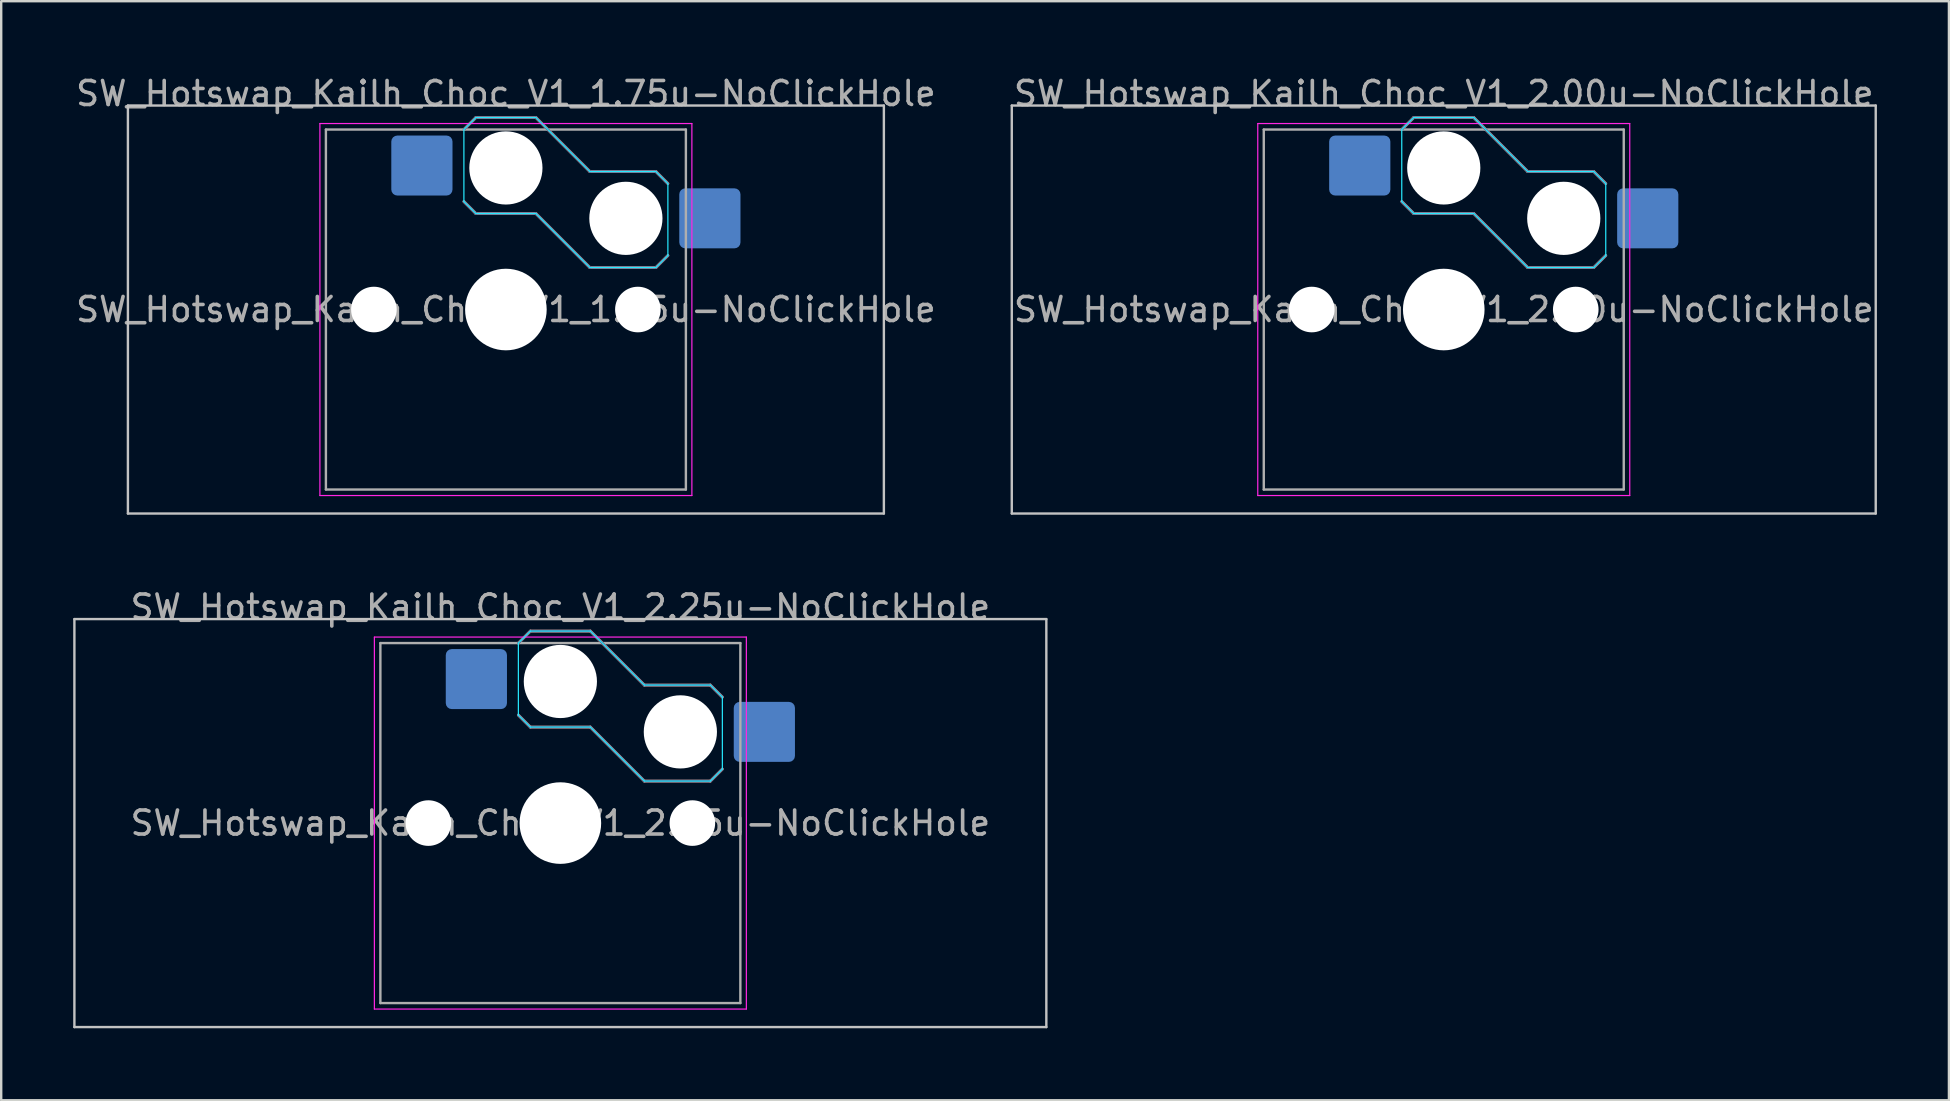
<source format=kicad_pcb>
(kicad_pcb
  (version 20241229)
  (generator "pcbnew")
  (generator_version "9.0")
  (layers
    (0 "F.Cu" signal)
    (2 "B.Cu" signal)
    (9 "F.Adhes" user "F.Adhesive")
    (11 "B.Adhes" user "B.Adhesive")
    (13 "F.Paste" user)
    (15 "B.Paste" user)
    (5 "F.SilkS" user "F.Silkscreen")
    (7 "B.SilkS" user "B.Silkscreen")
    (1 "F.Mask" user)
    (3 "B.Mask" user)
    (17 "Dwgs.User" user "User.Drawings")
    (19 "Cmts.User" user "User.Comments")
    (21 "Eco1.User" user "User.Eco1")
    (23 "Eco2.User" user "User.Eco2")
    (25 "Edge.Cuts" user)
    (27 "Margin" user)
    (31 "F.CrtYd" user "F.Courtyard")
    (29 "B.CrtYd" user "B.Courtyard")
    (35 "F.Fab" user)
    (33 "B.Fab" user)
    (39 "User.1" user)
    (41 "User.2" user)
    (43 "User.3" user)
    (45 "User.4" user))
  (footprint "SW_Hotswap_Kailh_Choc_V1_2.25u-NoClickHole"
    (layer "F.Cu")
    (at 20.3 31.247)
    (property "Reference" "SW_Hotswap_Kailh_Choc_V1_2.25u-NoClickHole" (at 0 -9 0) (layer "F.Fab") (effects (font (size 1 1) (thickness 0.15))))
    (attr smd)
    (fp_line (start -1.75 -7.5) (end -1.25 -8) (stroke (width 0.12) (type solid)) (layer "B.SilkS"))
    (fp_line (start -1.25 -8) (end 1.25 -8) (stroke (width 0.12) (type solid)) (layer "B.SilkS"))
    (fp_line (start -1.25 -4) (end -1.75 -4.5) (stroke (width 0.12) (type solid)) (layer "B.SilkS"))
    (fp_line (start 1.25 -8) (end 3.5 -5.75) (stroke (width 0.12) (type solid)) (layer "B.SilkS"))
    (fp_line (start 1.25 -4) (end -1.25 -4) (stroke (width 0.12) (type solid)) (layer "B.SilkS"))
    (fp_line (start 3.5 -5.75) (end 6.25 -5.75) (stroke (width 0.12) (type solid)) (layer "B.SilkS"))
    (fp_line (start 3.5 -1.75) (end 1.25 -4) (stroke (width 0.12) (type solid)) (layer "B.SilkS"))
    (fp_line (start 6.25 -5.75) (end 6.75 -5.25) (stroke (width 0.12) (type solid)) (layer "B.SilkS"))
    (fp_line (start 6.25 -1.75) (end 3.5 -1.75) (stroke (width 0.12) (type solid)) (layer "B.SilkS"))
    (fp_line (start 6.75 -2.25) (end 6.25 -1.75) (stroke (width 0.12) (type solid)) (layer "B.SilkS"))
    (fp_line (start -20.25 -8.5) (end -20.25 8.5) (stroke (width 0.1) (type solid)) (layer "Dwgs.User"))
    (fp_line (start -20.25 8.5) (end 20.25 8.5) (stroke (width 0.1) (type solid)) (layer "Dwgs.User"))
    (fp_line (start 20.25 -8.5) (end -20.25 -8.5) (stroke (width 0.1) (type solid)) (layer "Dwgs.User"))
    (fp_line (start 20.25 8.5) (end 20.25 -8.5) (stroke (width 0.1) (type solid)) (layer "Dwgs.User"))
    (fp_line (start -7.25 -7.25) (end -7.25 7.25) (stroke (width 0.1) (type solid)) (layer "Eco1.User"))
    (fp_line (start -7.25 7.25) (end 7.25 7.25) (stroke (width 0.1) (type solid)) (layer "Eco1.User"))
    (fp_line (start 7.25 -7.25) (end -7.25 -7.25) (stroke (width 0.1) (type solid)) (layer "Eco1.User"))
    (fp_line (start 7.25 7.25) (end 7.25 -7.25) (stroke (width 0.1) (type solid)) (layer "Eco1.User"))
    (fp_line (start -1.75 -7.5) (end -1.25 -8) (stroke (width 0.05) (type solid)) (layer "B.CrtYd"))
    (fp_line (start -1.75 -4.5) (end -1.75 -7.5) (stroke (width 0.05) (type solid)) (layer "B.CrtYd"))
    (fp_line (start -1.25 -8) (end 1.25 -8) (stroke (width 0.05) (type solid)) (layer "B.CrtYd"))
    (fp_line (start -1.25 -4) (end -1.75 -4.5) (stroke (width 0.05) (type solid)) (layer "B.CrtYd"))
    (fp_line (start 1.25 -8) (end 3.5 -5.75) (stroke (width 0.05) (type solid)) (layer "B.CrtYd"))
    (fp_line (start 1.25 -4) (end -1.25 -4) (stroke (width 0.05) (type solid)) (layer "B.CrtYd"))
    (fp_line (start 3.5 -5.75) (end 6.25 -5.75) (stroke (width 0.05) (type solid)) (layer "B.CrtYd"))
    (fp_line (start 3.5 -1.75) (end 1.25 -4) (stroke (width 0.05) (type solid)) (layer "B.CrtYd"))
    (fp_line (start 6.25 -5.75) (end 6.75 -5.25) (stroke (width 0.05) (type solid)) (layer "B.CrtYd"))
    (fp_line (start 6.25 -1.75) (end 3.5 -1.75) (stroke (width 0.05) (type solid)) (layer "B.CrtYd"))
    (fp_line (start 6.75 -5.25) (end 6.75 -2.25) (stroke (width 0.05) (type solid)) (layer "B.CrtYd"))
    (fp_line (start 6.75 -2.25) (end 6.25 -1.75) (stroke (width 0.05) (type solid)) (layer "B.CrtYd"))
    (fp_line (start -7.75 -7.75) (end -7.75 7.75) (stroke (width 0.05) (type solid)) (layer "F.CrtYd"))
    (fp_line (start -7.75 7.75) (end 7.75 7.75) (stroke (width 0.05) (type solid)) (layer "F.CrtYd"))
    (fp_line (start 7.75 -7.75) (end -7.75 -7.75) (stroke (width 0.05) (type solid)) (layer "F.CrtYd"))
    (fp_line (start 7.75 7.75) (end 7.75 -7.75) (stroke (width 0.05) (type solid)) (layer "F.CrtYd"))
    (fp_line (start -1.75 -7.5) (end -1.25 -8) (stroke (width 0.1) (type solid)) (layer "B.Fab"))
    (fp_line (start -1.25 -8) (end 1.25 -8) (stroke (width 0.1) (type solid)) (layer "B.Fab"))
    (fp_line (start -1.25 -4) (end -1.75 -4.5) (stroke (width 0.1) (type solid)) (layer "B.Fab"))
    (fp_line (start 1.25 -8) (end 3.5 -5.75) (stroke (width 0.1) (type solid)) (layer "B.Fab"))
    (fp_line (start 1.25 -4) (end -1.25 -4) (stroke (width 0.1) (type solid)) (layer "B.Fab"))
    (fp_line (start 3.5 -5.75) (end 6.25 -5.75) (stroke (width 0.1) (type solid)) (layer "B.Fab"))
    (fp_line (start 3.5 -1.75) (end 1.25 -4) (stroke (width 0.1) (type solid)) (layer "B.Fab"))
    (fp_line (start 6.25 -5.75) (end 6.75 -5.25) (stroke (width 0.1) (type solid)) (layer "B.Fab"))
    (fp_line (start 6.25 -1.75) (end 3.5 -1.75) (stroke (width 0.1) (type solid)) (layer "B.Fab"))
    (fp_line (start 6.75 -2.25) (end 6.25 -1.75) (stroke (width 0.1) (type solid)) (layer "B.Fab"))
    (fp_line (start -7.5 -7.5) (end -7.5 7.5) (stroke (width 0.1) (type solid)) (layer "F.Fab"))
    (fp_line (start -7.5 7.5) (end 7.5 7.5) (stroke (width 0.1) (type solid)) (layer "F.Fab"))
    (fp_line (start 7.5 -7.5) (end -7.5 -7.5) (stroke (width 0.1) (type solid)) (layer "F.Fab"))
    (fp_line (start 7.5 7.5) (end 7.5 -7.5) (stroke (width 0.1) (type solid)) (layer "F.Fab"))
    (fp_text user "${REFERENCE}" (at 0 0 0) (layer "F.Fab") (effects (font (size 1 1) (thickness 0.15))))
    (pad "" np_thru_hole circle (at -5.5 0) (size 1.9 1.9) (drill 1.9) (layers "*.Cu" "*.Mask"))
    (pad "" np_thru_hole circle (at 0 -5.9) (size 3.05 3.05) (drill 3.05) (layers "*.Cu" "*.Mask"))
    (pad "" np_thru_hole circle (at 0 0) (size 3.4 3.4) (drill 3.4) (layers "*.Cu" "*.Mask"))
    (pad "" np_thru_hole circle (at 5 -3.8) (size 3.05 3.05) (drill 3.05) (layers "*.Cu" "*.Mask"))
    (pad "" np_thru_hole circle (at 5.5 0) (size 1.9 1.9) (drill 1.9) (layers "*.Cu" "*.Mask"))
    (pad "1" smd roundrect (at -3.5 -6) (size 2.55 2.5) (layers "B.Cu" "B.Mask" "B.Paste") (roundrect_rratio 0.1))
    (pad "2" smd roundrect (at 8.5 -3.8) (size 2.55 2.5) (layers "B.Cu" "B.Mask" "B.Paste") (roundrect_rratio 0.1)))
  (footprint "SW_Hotswap_Kailh_Choc_V1_1.75u-NoClickHole"
    (layer "F.Cu")
    (at 18.03 9.848)
    (property "Reference" "SW_Hotswap_Kailh_Choc_V1_1.75u-NoClickHole" (at 0 -9 0) (layer "F.Fab") (effects (font (size 1 1) (thickness 0.15))))
    (attr smd)
    (fp_line (start -1.75 -7.5) (end -1.25 -8) (stroke (width 0.12) (type solid)) (layer "B.SilkS"))
    (fp_line (start -1.25 -8) (end 1.25 -8) (stroke (width 0.12) (type solid)) (layer "B.SilkS"))
    (fp_line (start -1.25 -4) (end -1.75 -4.5) (stroke (width 0.12) (type solid)) (layer "B.SilkS"))
    (fp_line (start 1.25 -8) (end 3.5 -5.75) (stroke (width 0.12) (type solid)) (layer "B.SilkS"))
    (fp_line (start 1.25 -4) (end -1.25 -4) (stroke (width 0.12) (type solid)) (layer "B.SilkS"))
    (fp_line (start 3.5 -5.75) (end 6.25 -5.75) (stroke (width 0.12) (type solid)) (layer "B.SilkS"))
    (fp_line (start 3.5 -1.75) (end 1.25 -4) (stroke (width 0.12) (type solid)) (layer "B.SilkS"))
    (fp_line (start 6.25 -5.75) (end 6.75 -5.25) (stroke (width 0.12) (type solid)) (layer "B.SilkS"))
    (fp_line (start 6.25 -1.75) (end 3.5 -1.75) (stroke (width 0.12) (type solid)) (layer "B.SilkS"))
    (fp_line (start 6.75 -2.25) (end 6.25 -1.75) (stroke (width 0.12) (type solid)) (layer "B.SilkS"))
    (fp_line (start -15.75 -8.5) (end -15.75 8.5) (stroke (width 0.1) (type solid)) (layer "Dwgs.User"))
    (fp_line (start -15.75 8.5) (end 15.75 8.5) (stroke (width 0.1) (type solid)) (layer "Dwgs.User"))
    (fp_line (start 15.75 -8.5) (end -15.75 -8.5) (stroke (width 0.1) (type solid)) (layer "Dwgs.User"))
    (fp_line (start 15.75 8.5) (end 15.75 -8.5) (stroke (width 0.1) (type solid)) (layer "Dwgs.User"))
    (fp_line (start -7.25 -7.25) (end -7.25 7.25) (stroke (width 0.1) (type solid)) (layer "Eco1.User"))
    (fp_line (start -7.25 7.25) (end 7.25 7.25) (stroke (width 0.1) (type solid)) (layer "Eco1.User"))
    (fp_line (start 7.25 -7.25) (end -7.25 -7.25) (stroke (width 0.1) (type solid)) (layer "Eco1.User"))
    (fp_line (start 7.25 7.25) (end 7.25 -7.25) (stroke (width 0.1) (type solid)) (layer "Eco1.User"))
    (fp_line (start -1.75 -7.5) (end -1.25 -8) (stroke (width 0.05) (type solid)) (layer "B.CrtYd"))
    (fp_line (start -1.75 -4.5) (end -1.75 -7.5) (stroke (width 0.05) (type solid)) (layer "B.CrtYd"))
    (fp_line (start -1.25 -8) (end 1.25 -8) (stroke (width 0.05) (type solid)) (layer "B.CrtYd"))
    (fp_line (start -1.25 -4) (end -1.75 -4.5) (stroke (width 0.05) (type solid)) (layer "B.CrtYd"))
    (fp_line (start 1.25 -8) (end 3.5 -5.75) (stroke (width 0.05) (type solid)) (layer "B.CrtYd"))
    (fp_line (start 1.25 -4) (end -1.25 -4) (stroke (width 0.05) (type solid)) (layer "B.CrtYd"))
    (fp_line (start 3.5 -5.75) (end 6.25 -5.75) (stroke (width 0.05) (type solid)) (layer "B.CrtYd"))
    (fp_line (start 3.5 -1.75) (end 1.25 -4) (stroke (width 0.05) (type solid)) (layer "B.CrtYd"))
    (fp_line (start 6.25 -5.75) (end 6.75 -5.25) (stroke (width 0.05) (type solid)) (layer "B.CrtYd"))
    (fp_line (start 6.25 -1.75) (end 3.5 -1.75) (stroke (width 0.05) (type solid)) (layer "B.CrtYd"))
    (fp_line (start 6.75 -5.25) (end 6.75 -2.25) (stroke (width 0.05) (type solid)) (layer "B.CrtYd"))
    (fp_line (start 6.75 -2.25) (end 6.25 -1.75) (stroke (width 0.05) (type solid)) (layer "B.CrtYd"))
    (fp_line (start -7.75 -7.75) (end -7.75 7.75) (stroke (width 0.05) (type solid)) (layer "F.CrtYd"))
    (fp_line (start -7.75 7.75) (end 7.75 7.75) (stroke (width 0.05) (type solid)) (layer "F.CrtYd"))
    (fp_line (start 7.75 -7.75) (end -7.75 -7.75) (stroke (width 0.05) (type solid)) (layer "F.CrtYd"))
    (fp_line (start 7.75 7.75) (end 7.75 -7.75) (stroke (width 0.05) (type solid)) (layer "F.CrtYd"))
    (fp_line (start -1.75 -7.5) (end -1.25 -8) (stroke (width 0.1) (type solid)) (layer "B.Fab"))
    (fp_line (start -1.25 -8) (end 1.25 -8) (stroke (width 0.1) (type solid)) (layer "B.Fab"))
    (fp_line (start -1.25 -4) (end -1.75 -4.5) (stroke (width 0.1) (type solid)) (layer "B.Fab"))
    (fp_line (start 1.25 -8) (end 3.5 -5.75) (stroke (width 0.1) (type solid)) (layer "B.Fab"))
    (fp_line (start 1.25 -4) (end -1.25 -4) (stroke (width 0.1) (type solid)) (layer "B.Fab"))
    (fp_line (start 3.5 -5.75) (end 6.25 -5.75) (stroke (width 0.1) (type solid)) (layer "B.Fab"))
    (fp_line (start 3.5 -1.75) (end 1.25 -4) (stroke (width 0.1) (type solid)) (layer "B.Fab"))
    (fp_line (start 6.25 -5.75) (end 6.75 -5.25) (stroke (width 0.1) (type solid)) (layer "B.Fab"))
    (fp_line (start 6.25 -1.75) (end 3.5 -1.75) (stroke (width 0.1) (type solid)) (layer "B.Fab"))
    (fp_line (start 6.75 -2.25) (end 6.25 -1.75) (stroke (width 0.1) (type solid)) (layer "B.Fab"))
    (fp_line (start -7.5 -7.5) (end -7.5 7.5) (stroke (width 0.1) (type solid)) (layer "F.Fab"))
    (fp_line (start -7.5 7.5) (end 7.5 7.5) (stroke (width 0.1) (type solid)) (layer "F.Fab"))
    (fp_line (start 7.5 -7.5) (end -7.5 -7.5) (stroke (width 0.1) (type solid)) (layer "F.Fab"))
    (fp_line (start 7.5 7.5) (end 7.5 -7.5) (stroke (width 0.1) (type solid)) (layer "F.Fab"))
    (fp_text user "${REFERENCE}" (at 0 0 0) (layer "F.Fab") (effects (font (size 1 1) (thickness 0.15))))
    (pad "" np_thru_hole circle (at -5.5 0) (size 1.9 1.9) (drill 1.9) (layers "*.Cu" "*.Mask"))
    (pad "" np_thru_hole circle (at 0 -5.9) (size 3.05 3.05) (drill 3.05) (layers "*.Cu" "*.Mask"))
    (pad "" np_thru_hole circle (at 0 0) (size 3.4 3.4) (drill 3.4) (layers "*.Cu" "*.Mask"))
    (pad "" np_thru_hole circle (at 5 -3.8) (size 3.05 3.05) (drill 3.05) (layers "*.Cu" "*.Mask"))
    (pad "" np_thru_hole circle (at 5.5 0) (size 1.9 1.9) (drill 1.9) (layers "*.Cu" "*.Mask"))
    (pad "1" smd roundrect (at -3.5 -6) (size 2.55 2.5) (layers "B.Cu" "B.Mask" "B.Paste") (roundrect_rratio 0.1))
    (pad "2" smd roundrect (at 8.5 -3.8) (size 2.55 2.5) (layers "B.Cu" "B.Mask" "B.Paste") (roundrect_rratio 0.1)))
  (footprint "SW_Hotswap_Kailh_Choc_V1_2.00u-NoClickHole"
    (layer "F.Cu")
    (at 57.11 9.848)
    (property "Reference" "SW_Hotswap_Kailh_Choc_V1_2.00u-NoClickHole" (at 0 -9 0) (layer "F.Fab") (effects (font (size 1 1) (thickness 0.15))))
    (attr smd)
    (fp_line (start -1.75 -7.5) (end -1.25 -8) (stroke (width 0.12) (type solid)) (layer "B.SilkS"))
    (fp_line (start -1.25 -8) (end 1.25 -8) (stroke (width 0.12) (type solid)) (layer "B.SilkS"))
    (fp_line (start -1.25 -4) (end -1.75 -4.5) (stroke (width 0.12) (type solid)) (layer "B.SilkS"))
    (fp_line (start 1.25 -8) (end 3.5 -5.75) (stroke (width 0.12) (type solid)) (layer "B.SilkS"))
    (fp_line (start 1.25 -4) (end -1.25 -4) (stroke (width 0.12) (type solid)) (layer "B.SilkS"))
    (fp_line (start 3.5 -5.75) (end 6.25 -5.75) (stroke (width 0.12) (type solid)) (layer "B.SilkS"))
    (fp_line (start 3.5 -1.75) (end 1.25 -4) (stroke (width 0.12) (type solid)) (layer "B.SilkS"))
    (fp_line (start 6.25 -5.75) (end 6.75 -5.25) (stroke (width 0.12) (type solid)) (layer "B.SilkS"))
    (fp_line (start 6.25 -1.75) (end 3.5 -1.75) (stroke (width 0.12) (type solid)) (layer "B.SilkS"))
    (fp_line (start 6.75 -2.25) (end 6.25 -1.75) (stroke (width 0.12) (type solid)) (layer "B.SilkS"))
    (fp_line (start -18 -8.5) (end -18 8.5) (stroke (width 0.1) (type solid)) (layer "Dwgs.User"))
    (fp_line (start -18 8.5) (end 18 8.5) (stroke (width 0.1) (type solid)) (layer "Dwgs.User"))
    (fp_line (start 18 -8.5) (end -18 -8.5) (stroke (width 0.1) (type solid)) (layer "Dwgs.User"))
    (fp_line (start 18 8.5) (end 18 -8.5) (stroke (width 0.1) (type solid)) (layer "Dwgs.User"))
    (fp_line (start -7.25 -7.25) (end -7.25 7.25) (stroke (width 0.1) (type solid)) (layer "Eco1.User"))
    (fp_line (start -7.25 7.25) (end 7.25 7.25) (stroke (width 0.1) (type solid)) (layer "Eco1.User"))
    (fp_line (start 7.25 -7.25) (end -7.25 -7.25) (stroke (width 0.1) (type solid)) (layer "Eco1.User"))
    (fp_line (start 7.25 7.25) (end 7.25 -7.25) (stroke (width 0.1) (type solid)) (layer "Eco1.User"))
    (fp_line (start -1.75 -7.5) (end -1.25 -8) (stroke (width 0.05) (type solid)) (layer "B.CrtYd"))
    (fp_line (start -1.75 -4.5) (end -1.75 -7.5) (stroke (width 0.05) (type solid)) (layer "B.CrtYd"))
    (fp_line (start -1.25 -8) (end 1.25 -8) (stroke (width 0.05) (type solid)) (layer "B.CrtYd"))
    (fp_line (start -1.25 -4) (end -1.75 -4.5) (stroke (width 0.05) (type solid)) (layer "B.CrtYd"))
    (fp_line (start 1.25 -8) (end 3.5 -5.75) (stroke (width 0.05) (type solid)) (layer "B.CrtYd"))
    (fp_line (start 1.25 -4) (end -1.25 -4) (stroke (width 0.05) (type solid)) (layer "B.CrtYd"))
    (fp_line (start 3.5 -5.75) (end 6.25 -5.75) (stroke (width 0.05) (type solid)) (layer "B.CrtYd"))
    (fp_line (start 3.5 -1.75) (end 1.25 -4) (stroke (width 0.05) (type solid)) (layer "B.CrtYd"))
    (fp_line (start 6.25 -5.75) (end 6.75 -5.25) (stroke (width 0.05) (type solid)) (layer "B.CrtYd"))
    (fp_line (start 6.25 -1.75) (end 3.5 -1.75) (stroke (width 0.05) (type solid)) (layer "B.CrtYd"))
    (fp_line (start 6.75 -5.25) (end 6.75 -2.25) (stroke (width 0.05) (type solid)) (layer "B.CrtYd"))
    (fp_line (start 6.75 -2.25) (end 6.25 -1.75) (stroke (width 0.05) (type solid)) (layer "B.CrtYd"))
    (fp_line (start -7.75 -7.75) (end -7.75 7.75) (stroke (width 0.05) (type solid)) (layer "F.CrtYd"))
    (fp_line (start -7.75 7.75) (end 7.75 7.75) (stroke (width 0.05) (type solid)) (layer "F.CrtYd"))
    (fp_line (start 7.75 -7.75) (end -7.75 -7.75) (stroke (width 0.05) (type solid)) (layer "F.CrtYd"))
    (fp_line (start 7.75 7.75) (end 7.75 -7.75) (stroke (width 0.05) (type solid)) (layer "F.CrtYd"))
    (fp_line (start -1.75 -7.5) (end -1.25 -8) (stroke (width 0.1) (type solid)) (layer "B.Fab"))
    (fp_line (start -1.25 -8) (end 1.25 -8) (stroke (width 0.1) (type solid)) (layer "B.Fab"))
    (fp_line (start -1.25 -4) (end -1.75 -4.5) (stroke (width 0.1) (type solid)) (layer "B.Fab"))
    (fp_line (start 1.25 -8) (end 3.5 -5.75) (stroke (width 0.1) (type solid)) (layer "B.Fab"))
    (fp_line (start 1.25 -4) (end -1.25 -4) (stroke (width 0.1) (type solid)) (layer "B.Fab"))
    (fp_line (start 3.5 -5.75) (end 6.25 -5.75) (stroke (width 0.1) (type solid)) (layer "B.Fab"))
    (fp_line (start 3.5 -1.75) (end 1.25 -4) (stroke (width 0.1) (type solid)) (layer "B.Fab"))
    (fp_line (start 6.25 -5.75) (end 6.75 -5.25) (stroke (width 0.1) (type solid)) (layer "B.Fab"))
    (fp_line (start 6.25 -1.75) (end 3.5 -1.75) (stroke (width 0.1) (type solid)) (layer "B.Fab"))
    (fp_line (start 6.75 -2.25) (end 6.25 -1.75) (stroke (width 0.1) (type solid)) (layer "B.Fab"))
    (fp_line (start -7.5 -7.5) (end -7.5 7.5) (stroke (width 0.1) (type solid)) (layer "F.Fab"))
    (fp_line (start -7.5 7.5) (end 7.5 7.5) (stroke (width 0.1) (type solid)) (layer "F.Fab"))
    (fp_line (start 7.5 -7.5) (end -7.5 -7.5) (stroke (width 0.1) (type solid)) (layer "F.Fab"))
    (fp_line (start 7.5 7.5) (end 7.5 -7.5) (stroke (width 0.1) (type solid)) (layer "F.Fab"))
    (fp_text user "${REFERENCE}" (at 0 0 0) (layer "F.Fab") (effects (font (size 1 1) (thickness 0.15))))
    (pad "" np_thru_hole circle (at -5.5 0) (size 1.9 1.9) (drill 1.9) (layers "*.Cu" "*.Mask"))
    (pad "" np_thru_hole circle (at 0 -5.9) (size 3.05 3.05) (drill 3.05) (layers "*.Cu" "*.Mask"))
    (pad "" np_thru_hole circle (at 0 0) (size 3.4 3.4) (drill 3.4) (layers "*.Cu" "*.Mask"))
    (pad "" np_thru_hole circle (at 5 -3.8) (size 3.05 3.05) (drill 3.05) (layers "*.Cu" "*.Mask"))
    (pad "" np_thru_hole circle (at 5.5 0) (size 1.9 1.9) (drill 1.9) (layers "*.Cu" "*.Mask"))
    (pad "1" smd roundrect (at -3.5 -6) (size 2.55 2.5) (layers "B.Cu" "B.Mask" "B.Paste") (roundrect_rratio 0.1))
    (pad "2" smd roundrect (at 8.5 -3.8) (size 2.55 2.5) (layers "B.Cu" "B.Mask" "B.Paste") (roundrect_rratio 0.1)))
  (gr_rect
    (start -3 -3)
    (end 78.16 42.797)
    (stroke (width 0.1) (type default))
    (fill no)
    (layer "Edge.Cuts")))
</source>
